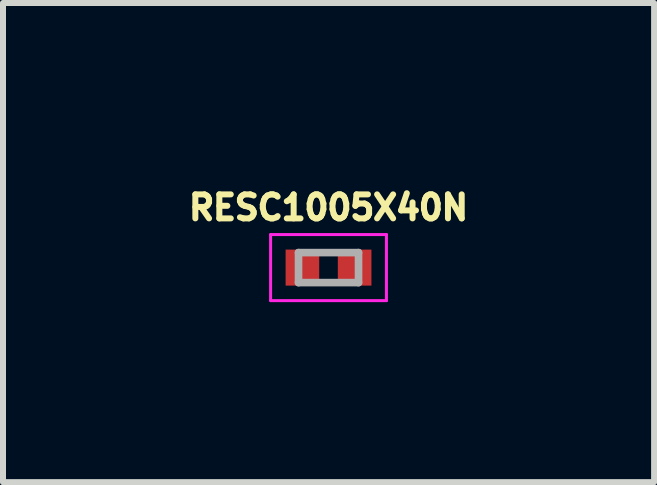
<source format=kicad_pcb>
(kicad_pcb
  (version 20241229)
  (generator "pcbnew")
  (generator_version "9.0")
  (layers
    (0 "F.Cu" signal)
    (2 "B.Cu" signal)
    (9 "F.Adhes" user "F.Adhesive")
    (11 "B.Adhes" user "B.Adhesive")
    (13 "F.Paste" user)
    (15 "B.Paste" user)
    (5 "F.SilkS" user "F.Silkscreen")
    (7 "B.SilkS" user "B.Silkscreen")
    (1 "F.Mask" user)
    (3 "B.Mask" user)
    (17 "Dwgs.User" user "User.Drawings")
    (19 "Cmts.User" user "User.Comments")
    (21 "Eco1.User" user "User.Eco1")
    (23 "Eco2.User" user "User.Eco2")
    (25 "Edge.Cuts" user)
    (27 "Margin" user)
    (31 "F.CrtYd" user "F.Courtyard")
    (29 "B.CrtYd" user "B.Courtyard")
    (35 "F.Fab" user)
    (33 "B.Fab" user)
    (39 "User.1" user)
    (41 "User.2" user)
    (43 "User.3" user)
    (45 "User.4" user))
  (footprint "RESC1005X40N"
    (layer "F.Cu")
    (at 2.424 1.409)
    (property "Reference" "RESC1005X40N" (at 0 -1 0) (layer "F.SilkS") (effects (font (size 0.4 0.4) (thickness 0.1) (bold yes))))
    (attr smd)
    (fp_line (start -0.965 -0.55) (end 0.965 -0.55) (stroke (width 0.05) (type solid)) (layer "F.CrtYd"))
    (fp_line (start -0.965 0.55) (end -0.965 -0.55) (stroke (width 0.05) (type solid)) (layer "F.CrtYd"))
    (fp_line (start 0.965 -0.55) (end 0.965 0.55) (stroke (width 0.05) (type solid)) (layer "F.CrtYd"))
    (fp_line (start 0.965 0.55) (end -0.965 0.55) (stroke (width 0.05) (type solid)) (layer "F.CrtYd"))
    (fp_line (start -0.5 -0.25) (end 0.5 -0.25) (stroke (width 0.127) (type solid)) (layer "F.Fab"))
    (fp_line (start -0.5 0.25) (end -0.5 -0.25) (stroke (width 0.127) (type solid)) (layer "F.Fab"))
    (fp_line (start 0.5 -0.25) (end 0.5 0.25) (stroke (width 0.127) (type solid)) (layer "F.Fab"))
    (fp_line (start 0.5 0.25) (end -0.5 0.25) (stroke (width 0.127) (type solid)) (layer "F.Fab"))
    (pad "1" smd rect (at -0.435 0) (size 0.56 0.6) (layers "F.Cu" "F.Mask" "F.Paste"))
    (pad "2" smd rect (at 0.435 0) (size 0.56 0.6) (layers "F.Cu" "F.Mask" "F.Paste")))
  (gr_rect
    (start -3 -3)
    (end 7.849 4.984)
    (stroke (width 0.1) (type default))
    (fill no)
    (layer "Edge.Cuts")))
</source>
